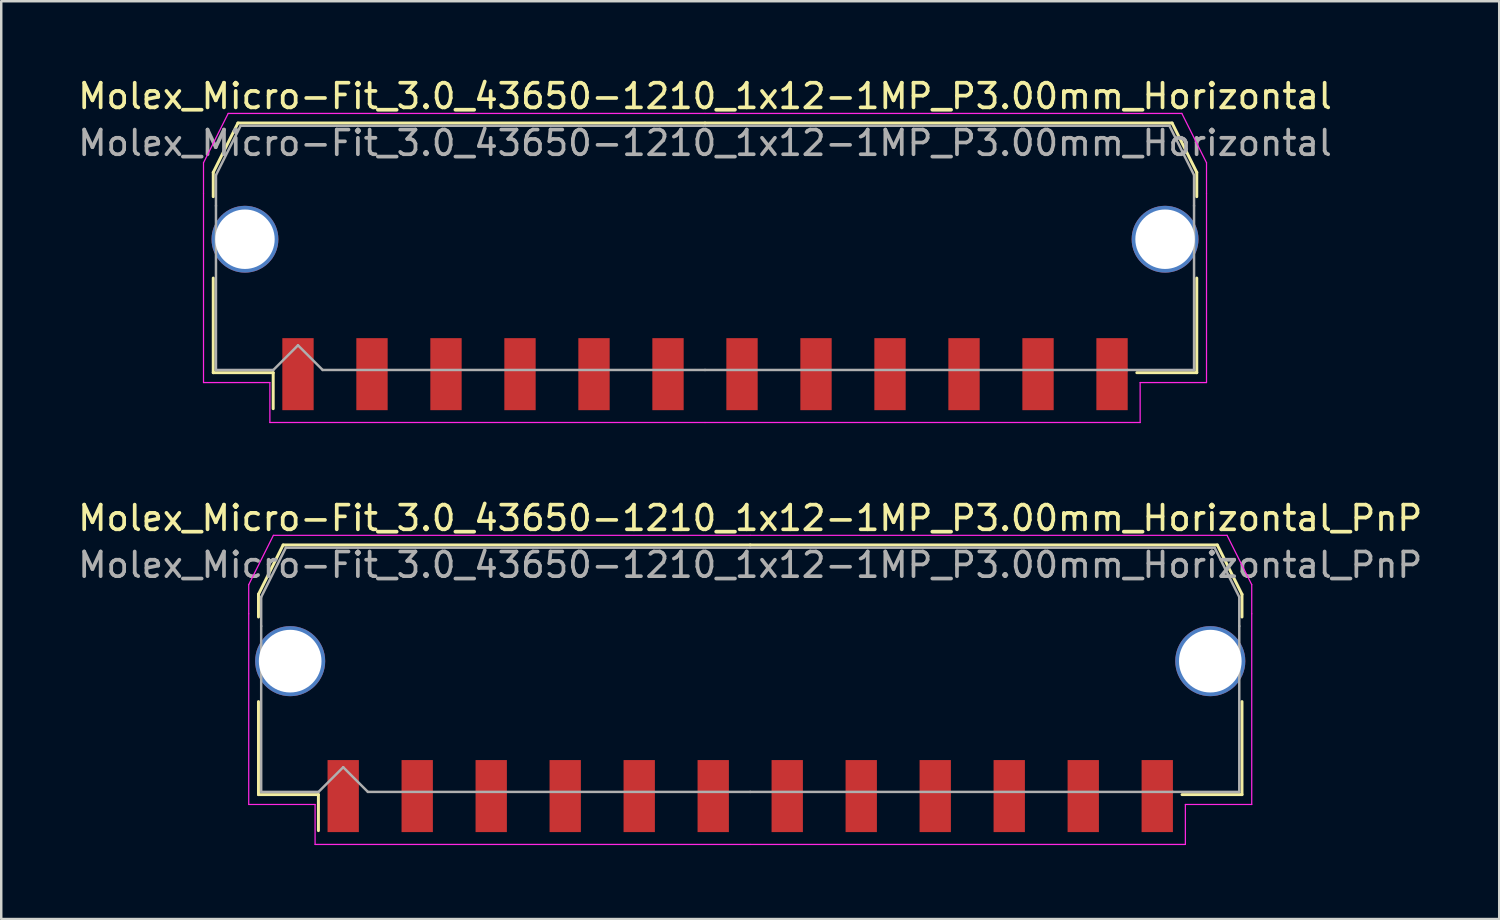
<source format=kicad_pcb>
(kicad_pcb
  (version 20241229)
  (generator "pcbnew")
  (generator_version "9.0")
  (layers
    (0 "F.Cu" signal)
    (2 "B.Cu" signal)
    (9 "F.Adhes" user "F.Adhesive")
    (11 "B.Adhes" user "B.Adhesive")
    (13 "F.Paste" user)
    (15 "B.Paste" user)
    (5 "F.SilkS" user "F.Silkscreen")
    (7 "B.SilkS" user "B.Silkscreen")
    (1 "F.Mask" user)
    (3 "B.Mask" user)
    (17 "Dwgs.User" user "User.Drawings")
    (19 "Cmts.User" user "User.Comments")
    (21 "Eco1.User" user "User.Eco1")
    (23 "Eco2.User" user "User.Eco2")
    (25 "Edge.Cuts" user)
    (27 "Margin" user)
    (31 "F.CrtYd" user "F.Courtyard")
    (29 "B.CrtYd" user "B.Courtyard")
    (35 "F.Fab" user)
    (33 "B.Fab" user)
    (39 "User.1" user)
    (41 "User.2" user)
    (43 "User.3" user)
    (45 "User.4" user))
  (footprint "Molex_Micro-Fit_3.0_43650-1210_1x12-1MP_P3.00mm_Horizontal_PnP"
    (layer "F.Cu")
    (at 27.363 24.102)
    (property "Reference" "Molex_Micro-Fit_3.0_43650-1210_1x12-1MP_P3.00mm_Horizontal_PnP" (at 0 -6.15 0) (layer "F.SilkS") (effects (font (size 1 1) (thickness 0.15))))
    (attr smd)
    (fp_line (start -19.935 -3.06) (end -19.935 -2.14) (stroke (width 0.12) (type solid)) (layer "F.SilkS"))
    (fp_line (start -19.935 1.29) (end -19.935 5.06) (stroke (width 0.12) (type solid)) (layer "F.SilkS"))
    (fp_line (start -19.935 5.06) (end -17.505 5.06) (stroke (width 0.12) (type solid)) (layer "F.SilkS"))
    (fp_line (start -18.935 -5.06) (end -19.935 -3.06) (stroke (width 0.12) (type solid)) (layer "F.SilkS"))
    (fp_line (start -17.505 5.06) (end -17.505 6.52) (stroke (width 0.12) (type solid)) (layer "F.SilkS"))
    (fp_line (start 0 -5.06) (end -18.935 -5.06) (stroke (width 0.12) (type solid)) (layer "F.SilkS"))
    (fp_line (start 0 -5.06) (end 18.935 -5.06) (stroke (width 0.12) (type solid)) (layer "F.SilkS"))
    (fp_line (start 18.935 -5.06) (end 19.935 -3.06) (stroke (width 0.12) (type solid)) (layer "F.SilkS"))
    (fp_line (start 19.935 -3.06) (end 19.935 -2.14) (stroke (width 0.12) (type solid)) (layer "F.SilkS"))
    (fp_line (start 19.935 1.29) (end 19.935 5.06) (stroke (width 0.12) (type solid)) (layer "F.SilkS"))
    (fp_line (start 19.935 5.06) (end 17.505 5.06) (stroke (width 0.12) (type solid)) (layer "F.SilkS"))
    (fp_line (start -20.33 -3.45) (end -20.33 -2.27) (stroke (width 0.05) (type solid)) (layer "F.CrtYd"))
    (fp_line (start -20.33 -2.27) (end -20.33 5.46) (stroke (width 0.05) (type solid)) (layer "F.CrtYd"))
    (fp_line (start -20.33 5.46) (end -17.64 5.46) (stroke (width 0.05) (type solid)) (layer "F.CrtYd"))
    (fp_line (start -19.33 -5.45) (end -20.33 -3.45) (stroke (width 0.05) (type solid)) (layer "F.CrtYd"))
    (fp_line (start -17.64 5.46) (end -17.64 7.08) (stroke (width 0.05) (type solid)) (layer "F.CrtYd"))
    (fp_line (start -17.64 7.08) (end 0 7.08) (stroke (width 0.05) (type solid)) (layer "F.CrtYd"))
    (fp_line (start 0 -5.45) (end -19.33 -5.45) (stroke (width 0.05) (type solid)) (layer "F.CrtYd"))
    (fp_line (start 0 -5.45) (end 19.33 -5.45) (stroke (width 0.05) (type solid)) (layer "F.CrtYd"))
    (fp_line (start 17.64 5.46) (end 17.64 7.08) (stroke (width 0.05) (type solid)) (layer "F.CrtYd"))
    (fp_line (start 17.64 7.08) (end 0 7.08) (stroke (width 0.05) (type solid)) (layer "F.CrtYd"))
    (fp_line (start 19.33 -5.45) (end 20.33 -3.45) (stroke (width 0.05) (type solid)) (layer "F.CrtYd"))
    (fp_line (start 20.33 -3.45) (end 20.33 -2.27) (stroke (width 0.05) (type solid)) (layer "F.CrtYd"))
    (fp_line (start 20.33 -2.27) (end 20.33 5.46) (stroke (width 0.05) (type solid)) (layer "F.CrtYd"))
    (fp_line (start 20.33 5.46) (end 17.64 5.46) (stroke (width 0.05) (type solid)) (layer "F.CrtYd"))
    (fp_line (start -19.825 -2.95) (end -19.825 -1.77) (stroke (width 0.1) (type solid)) (layer "F.Fab"))
    (fp_line (start -19.825 -1.77) (end -19.825 4.95) (stroke (width 0.1) (type solid)) (layer "F.Fab"))
    (fp_line (start -19.825 4.95) (end -17.5 4.95) (stroke (width 0.1) (type solid)) (layer "F.Fab"))
    (fp_line (start -18.825 -4.95) (end -19.825 -2.95) (stroke (width 0.1) (type solid)) (layer "F.Fab"))
    (fp_line (start -17.5 4.95) (end -16.5 3.95) (stroke (width 0.1) (type solid)) (layer "F.Fab"))
    (fp_line (start -16.5 3.95) (end -15.5 4.95) (stroke (width 0.1) (type solid)) (layer "F.Fab"))
    (fp_line (start -15.5 4.95) (end 0 4.95) (stroke (width 0.1) (type solid)) (layer "F.Fab"))
    (fp_line (start 0 -4.95) (end -18.825 -4.95) (stroke (width 0.1) (type solid)) (layer "F.Fab"))
    (fp_line (start 0 -4.95) (end 18.825 -4.95) (stroke (width 0.1) (type solid)) (layer "F.Fab"))
    (fp_line (start 17.135 4.95) (end 0 4.95) (stroke (width 0.1) (type solid)) (layer "F.Fab"))
    (fp_line (start 18.825 -4.95) (end 19.825 -2.95) (stroke (width 0.1) (type solid)) (layer "F.Fab"))
    (fp_line (start 19.825 -2.95) (end 19.825 -1.77) (stroke (width 0.1) (type solid)) (layer "F.Fab"))
    (fp_line (start 19.825 -1.77) (end 19.825 4.95) (stroke (width 0.1) (type solid)) (layer "F.Fab"))
    (fp_line (start 19.825 4.95) (end 17.135 4.95) (stroke (width 0.1) (type solid)) (layer "F.Fab"))
    (fp_text user "${REFERENCE}" (at 0 -4.25 0) (layer "F.Fab") (effects (font (size 1 1) (thickness 0.15))))
    (pad "1" smd rect (at -16.5 5.12) (size 1.27 2.92) (layers "F.Cu" "F.Mask" "F.Paste"))
    (pad "2" smd rect (at -13.5 5.12) (size 1.27 2.92) (layers "F.Cu" "F.Mask" "F.Paste"))
    (pad "3" smd rect (at -10.5 5.12) (size 1.27 2.92) (layers "F.Cu" "F.Mask" "F.Paste"))
    (pad "4" smd rect (at -7.5 5.12) (size 1.27 2.92) (layers "F.Cu" "F.Mask" "F.Paste"))
    (pad "5" smd rect (at -4.5 5.12) (size 1.27 2.92) (layers "F.Cu" "F.Mask" "F.Paste"))
    (pad "6" smd rect (at -1.5 5.12) (size 1.27 2.92) (layers "F.Cu" "F.Mask" "F.Paste"))
    (pad "7" smd rect (at 1.5 5.12) (size 1.27 2.92) (layers "F.Cu" "F.Mask" "F.Paste"))
    (pad "8" smd rect (at 4.5 5.12) (size 1.27 2.92) (layers "F.Cu" "F.Mask" "F.Paste"))
    (pad "9" smd rect (at 7.5 5.12) (size 1.27 2.92) (layers "F.Cu" "F.Mask" "F.Paste"))
    (pad "10" smd rect (at 10.5 5.12) (size 1.27 2.92) (layers "F.Cu" "F.Mask" "F.Paste"))
    (pad "11" smd rect (at 13.5 5.12) (size 1.27 2.92) (layers "F.Cu" "F.Mask" "F.Paste"))
    (pad "12" smd rect (at 16.5 5.12) (size 1.27 2.92) (layers "F.Cu" "F.Mask" "F.Paste"))
    (pad "MP" thru_hole circle (at -18.65 -0.35) (size 2.84 2.84) (drill 2.54) (property pad_prop_heatsink) (layers "*.Cu" "*.Mask"))
    (pad "MP" thru_hole circle (at 18.65 -0.35) (size 2.84 2.84) (drill 2.54) (property pad_prop_heatsink) (layers "*.Cu" "*.Mask")))
  (footprint "Molex_Micro-Fit_3.0_43650-1210_1x12-1MP_P3.00mm_Horizontal"
    (layer "F.Cu")
    (at 25.53 6.998)
    (property "Reference" "Molex_Micro-Fit_3.0_43650-1210_1x12-1MP_P3.00mm_Horizontal" (at 0 -6.15 0) (layer "F.SilkS") (effects (font (size 1 1) (thickness 0.15))))
    (attr smd)
    (fp_line (start -19.935 -3.06) (end -19.935 -2.075) (stroke (width 0.12) (type solid)) (layer "F.SilkS"))
    (fp_line (start -19.935 1.225) (end -19.935 5.06) (stroke (width 0.12) (type solid)) (layer "F.SilkS"))
    (fp_line (start -19.935 5.06) (end -17.505 5.06) (stroke (width 0.12) (type solid)) (layer "F.SilkS"))
    (fp_line (start -18.935 -5.06) (end -19.935 -3.06) (stroke (width 0.12) (type solid)) (layer "F.SilkS"))
    (fp_line (start -17.505 5.06) (end -17.505 6.52) (stroke (width 0.12) (type solid)) (layer "F.SilkS"))
    (fp_line (start 0 -5.06) (end -18.935 -5.06) (stroke (width 0.12) (type solid)) (layer "F.SilkS"))
    (fp_line (start 0 -5.06) (end 18.935 -5.06) (stroke (width 0.12) (type solid)) (layer "F.SilkS"))
    (fp_line (start 18.935 -5.06) (end 19.935 -3.06) (stroke (width 0.12) (type solid)) (layer "F.SilkS"))
    (fp_line (start 19.935 -3.06) (end 19.935 -2.075) (stroke (width 0.12) (type solid)) (layer "F.SilkS"))
    (fp_line (start 19.935 1.225) (end 19.935 5.06) (stroke (width 0.12) (type solid)) (layer "F.SilkS"))
    (fp_line (start 19.935 5.06) (end 17.505 5.06) (stroke (width 0.12) (type solid)) (layer "F.SilkS"))
    (fp_line (start -20.33 -3.45) (end -20.33 -2.21) (stroke (width 0.05) (type solid)) (layer "F.CrtYd"))
    (fp_line (start -20.33 -2.21) (end -20.33 5.46) (stroke (width 0.05) (type solid)) (layer "F.CrtYd"))
    (fp_line (start -20.33 5.46) (end -17.64 5.46) (stroke (width 0.05) (type solid)) (layer "F.CrtYd"))
    (fp_line (start -19.33 -5.45) (end -20.33 -3.45) (stroke (width 0.05) (type solid)) (layer "F.CrtYd"))
    (fp_line (start -17.64 5.46) (end -17.64 7.08) (stroke (width 0.05) (type solid)) (layer "F.CrtYd"))
    (fp_line (start -17.64 7.08) (end 0 7.08) (stroke (width 0.05) (type solid)) (layer "F.CrtYd"))
    (fp_line (start 0 -5.45) (end -19.33 -5.45) (stroke (width 0.05) (type solid)) (layer "F.CrtYd"))
    (fp_line (start 0 -5.45) (end 19.33 -5.45) (stroke (width 0.05) (type solid)) (layer "F.CrtYd"))
    (fp_line (start 17.64 5.46) (end 17.64 7.08) (stroke (width 0.05) (type solid)) (layer "F.CrtYd"))
    (fp_line (start 17.64 7.08) (end 0 7.08) (stroke (width 0.05) (type solid)) (layer "F.CrtYd"))
    (fp_line (start 19.33 -5.45) (end 20.33 -3.45) (stroke (width 0.05) (type solid)) (layer "F.CrtYd"))
    (fp_line (start 20.33 -3.45) (end 20.33 -2.21) (stroke (width 0.05) (type solid)) (layer "F.CrtYd"))
    (fp_line (start 20.33 -2.21) (end 20.33 5.46) (stroke (width 0.05) (type solid)) (layer "F.CrtYd"))
    (fp_line (start 20.33 5.46) (end 17.64 5.46) (stroke (width 0.05) (type solid)) (layer "F.CrtYd"))
    (fp_line (start -19.825 -2.95) (end -19.825 -1.705) (stroke (width 0.1) (type solid)) (layer "F.Fab"))
    (fp_line (start -19.825 -1.705) (end -19.825 4.95) (stroke (width 0.1) (type solid)) (layer "F.Fab"))
    (fp_line (start -19.825 4.95) (end -17.5 4.95) (stroke (width 0.1) (type solid)) (layer "F.Fab"))
    (fp_line (start -18.825 -4.95) (end -19.825 -2.95) (stroke (width 0.1) (type solid)) (layer "F.Fab"))
    (fp_line (start -17.5 4.95) (end -16.5 3.95) (stroke (width 0.1) (type solid)) (layer "F.Fab"))
    (fp_line (start -16.5 3.95) (end -15.5 4.95) (stroke (width 0.1) (type solid)) (layer "F.Fab"))
    (fp_line (start -15.5 4.95) (end 0 4.95) (stroke (width 0.1) (type solid)) (layer "F.Fab"))
    (fp_line (start 0 -4.95) (end -18.825 -4.95) (stroke (width 0.1) (type solid)) (layer "F.Fab"))
    (fp_line (start 0 -4.95) (end 18.825 -4.95) (stroke (width 0.1) (type solid)) (layer "F.Fab"))
    (fp_line (start 17.135 4.95) (end 0 4.95) (stroke (width 0.1) (type solid)) (layer "F.Fab"))
    (fp_line (start 18.825 -4.95) (end 19.825 -2.95) (stroke (width 0.1) (type solid)) (layer "F.Fab"))
    (fp_line (start 19.825 -2.95) (end 19.825 -1.705) (stroke (width 0.1) (type solid)) (layer "F.Fab"))
    (fp_line (start 19.825 -1.705) (end 19.825 4.95) (stroke (width 0.1) (type solid)) (layer "F.Fab"))
    (fp_line (start 19.825 4.95) (end 17.135 4.95) (stroke (width 0.1) (type solid)) (layer "F.Fab"))
    (fp_text user "${REFERENCE}" (at 0 -4.25 0) (layer "F.Fab") (effects (font (size 1 1) (thickness 0.15))))
    (pad "1" smd rect (at -16.5 5.12) (size 1.27 2.92) (layers "F.Cu" "F.Mask" "F.Paste"))
    (pad "2" smd rect (at -13.5 5.12) (size 1.27 2.92) (layers "F.Cu" "F.Mask" "F.Paste"))
    (pad "3" smd rect (at -10.5 5.12) (size 1.27 2.92) (layers "F.Cu" "F.Mask" "F.Paste"))
    (pad "4" smd rect (at -7.5 5.12) (size 1.27 2.92) (layers "F.Cu" "F.Mask" "F.Paste"))
    (pad "5" smd rect (at -4.5 5.12) (size 1.27 2.92) (layers "F.Cu" "F.Mask" "F.Paste"))
    (pad "6" smd rect (at -1.5 5.12) (size 1.27 2.92) (layers "F.Cu" "F.Mask" "F.Paste"))
    (pad "7" smd rect (at 1.5 5.12) (size 1.27 2.92) (layers "F.Cu" "F.Mask" "F.Paste"))
    (pad "8" smd rect (at 4.5 5.12) (size 1.27 2.92) (layers "F.Cu" "F.Mask" "F.Paste"))
    (pad "9" smd rect (at 7.5 5.12) (size 1.27 2.92) (layers "F.Cu" "F.Mask" "F.Paste"))
    (pad "10" smd rect (at 10.5 5.12) (size 1.27 2.92) (layers "F.Cu" "F.Mask" "F.Paste"))
    (pad "11" smd rect (at 13.5 5.12) (size 1.27 2.92) (layers "F.Cu" "F.Mask" "F.Paste"))
    (pad "12" smd rect (at 16.5 5.12) (size 1.27 2.92) (layers "F.Cu" "F.Mask" "F.Paste"))
    (pad "MP" thru_hole circle (at -18.65 -0.35) (size 2.71 2.71) (drill 2.41) (property pad_prop_heatsink) (layers "*.Cu" "*.Mask"))
    (pad "MP" thru_hole circle (at 18.65 -0.35) (size 2.71 2.71) (drill 2.41) (property pad_prop_heatsink) (layers "*.Cu" "*.Mask")))
  (gr_rect
    (start -3 -3)
    (end 57.726 34.206)
    (stroke (width 0.1) (type default))
    (fill no)
    (layer "Edge.Cuts")))
</source>
